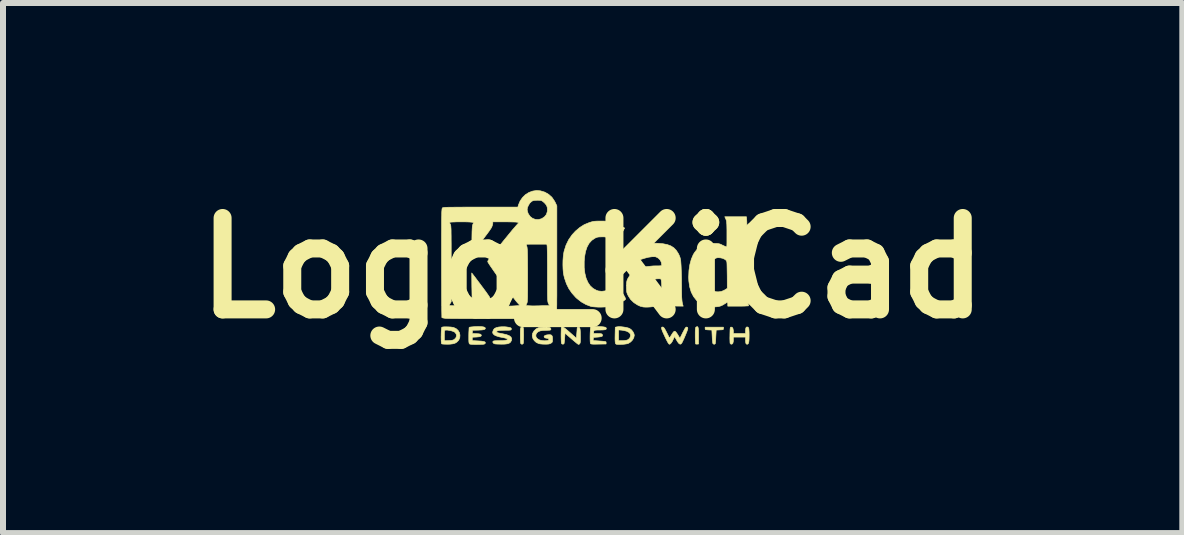
<source format=kicad_pcb>
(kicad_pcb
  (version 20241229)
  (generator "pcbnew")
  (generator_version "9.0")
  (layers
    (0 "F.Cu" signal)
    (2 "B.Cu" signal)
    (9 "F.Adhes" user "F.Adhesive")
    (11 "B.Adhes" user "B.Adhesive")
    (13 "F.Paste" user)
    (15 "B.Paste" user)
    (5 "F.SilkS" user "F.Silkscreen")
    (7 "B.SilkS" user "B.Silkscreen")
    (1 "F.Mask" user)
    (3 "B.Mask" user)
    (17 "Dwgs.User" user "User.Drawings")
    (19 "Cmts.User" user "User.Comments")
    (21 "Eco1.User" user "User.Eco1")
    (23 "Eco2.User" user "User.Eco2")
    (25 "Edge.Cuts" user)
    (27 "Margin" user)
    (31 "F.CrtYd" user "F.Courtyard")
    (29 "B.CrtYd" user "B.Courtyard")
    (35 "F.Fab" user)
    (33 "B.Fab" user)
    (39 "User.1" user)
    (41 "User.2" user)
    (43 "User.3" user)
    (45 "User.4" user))
  (footprint "Logo_KiCad"
    (layer "F.Cu")
    (at 6.829 1.418)
    (property "Reference" "Logo_KiCad" (at 0 0 0) (layer "F.SilkS") (effects (font (size 1.524 1.524) (thickness 0.3))))
    (attr exclude_from_pos_files exclude_from_bom)
    (fp_poly (pts (xy 1.749 0.978) (xy 1.756 0.987) (xy 1.761 1.007) (xy 1.764 1.038) (xy 1.765 1.083) (xy 1.765 1.128) (xy 1.765 1.266) (xy 1.744 1.268) (xy 1.725 1.268) (xy 1.716 1.265) (xy 1.714 1.255) (xy 1.712 1.231) (xy 1.711 1.196) (xy 1.71 1.153) (xy 1.71 1.125) (xy 1.71 1.074) (xy 1.711 1.038) (xy 1.713 1.013) (xy 1.715 0.997) (xy 1.719 0.988) (xy 1.725 0.983) (xy 1.726 0.983) (xy 1.739 0.977) (xy 1.749 0.978)) (stroke (width 0.01) (type solid)) (fill yes) (layer "F.SilkS"))
    (fp_poly (pts (xy -1.165 0.985) (xy -1.16 0.989) (xy -1.156 0.998) (xy -1.154 1.015) (xy -1.152 1.041) (xy -1.152 1.081) (xy -1.151 1.117) (xy -1.152 1.162) (xy -1.153 1.202) (xy -1.154 1.234) (xy -1.156 1.253) (xy -1.157 1.257) (xy -1.168 1.268) (xy -1.185 1.269) (xy -1.198 1.259) (xy -1.2 1.255) (xy -1.202 1.242) (xy -1.204 1.215) (xy -1.206 1.178) (xy -1.206 1.134) (xy -1.206 1.119) (xy -1.206 1.07) (xy -1.205 1.035) (xy -1.203 1.012) (xy -1.2 0.998) (xy -1.195 0.99) (xy -1.193 0.988) (xy -1.174 0.983) (xy -1.165 0.985)) (stroke (width 0.01) (type solid)) (fill yes) (layer "F.SilkS"))
    (fp_poly (pts (xy 2.18 1.008) (xy 2.179 1.019) (xy 2.174 1.025) (xy 2.161 1.029) (xy 2.136 1.03) (xy 2.12 1.031) (xy 2.059 1.034) (xy 2.053 1.141) (xy 2.051 1.183) (xy 2.049 1.219) (xy 2.046 1.245) (xy 2.045 1.259) (xy 2.044 1.259) (xy 2.034 1.269) (xy 2.019 1.269) (xy 2.005 1.26) (xy 2.003 1.255) (xy 2 1.241) (xy 1.997 1.214) (xy 1.994 1.178) (xy 1.992 1.137) (xy 1.987 1.034) (xy 1.931 1.031) (xy 1.901 1.029) (xy 1.885 1.027) (xy 1.877 1.021) (xy 1.875 1.011) (xy 1.875 1.008) (xy 1.875 0.986) (xy 2.18 0.986) (xy 2.18 1.008)) (stroke (width 0.01) (type solid)) (fill yes) (layer "F.SilkS"))
    (fp_poly (pts (xy 0.472 0.978) (xy 0.516 0.983) (xy 0.559 0.99) (xy 0.596 1) (xy 0.618 1.009) (xy 0.646 1.03) (xy 0.67 1.059) (xy 0.687 1.091) (xy 0.694 1.119) (xy 0.694 1.12) (xy 0.686 1.159) (xy 0.665 1.198) (xy 0.634 1.231) (xy 0.596 1.255) (xy 0.583 1.26) (xy 0.557 1.265) (xy 0.52 1.27) (xy 0.479 1.272) (xy 0.439 1.273) (xy 0.409 1.272) (xy 0.395 1.27) (xy 0.386 1.265) (xy 0.379 1.255) (xy 0.376 1.237) (xy 0.374 1.211) (xy 0.432 1.211) (xy 0.491 1.211) (xy 0.526 1.209) (xy 0.559 1.204) (xy 0.58 1.199) (xy 0.61 1.177) (xy 0.623 1.157) (xy 0.632 1.124) (xy 0.625 1.095) (xy 0.602 1.071) (xy 0.565 1.052) (xy 0.514 1.04) (xy 0.489 1.036) (xy 0.432 1.031) (xy 0.432 1.211) (xy 0.374 1.211) (xy 0.374 1.21) (xy 0.373 1.172) (xy 0.374 1.118) (xy 0.374 1.11) (xy 0.377 0.987) (xy 0.405 0.98) (xy 0.434 0.977) (xy 0.472 0.978)) (stroke (width 0.01) (type solid)) (fill yes) (layer "F.SilkS"))
    (fp_poly (pts (xy 2.586 0.984) (xy 2.595 0.991) (xy 2.602 1.005) (xy 2.605 1.03) (xy 2.607 1.066) (xy 2.608 1.117) (xy 2.608 1.12) (xy 2.607 1.175) (xy 2.605 1.216) (xy 2.6 1.243) (xy 2.594 1.26) (xy 2.584 1.268) (xy 2.574 1.27) (xy 2.561 1.266) (xy 2.553 1.253) (xy 2.549 1.228) (xy 2.548 1.197) (xy 2.548 1.151) (xy 2.345 1.151) (xy 2.345 1.194) (xy 2.344 1.223) (xy 2.339 1.246) (xy 2.337 1.254) (xy 2.322 1.268) (xy 2.306 1.269) (xy 2.293 1.258) (xy 2.29 1.251) (xy 2.289 1.236) (xy 2.288 1.207) (xy 2.287 1.169) (xy 2.288 1.125) (xy 2.288 1.109) (xy 2.289 1.061) (xy 2.29 1.028) (xy 2.292 1.006) (xy 2.295 0.993) (xy 2.299 0.987) (xy 2.306 0.984) (xy 2.309 0.984) (xy 2.327 0.989) (xy 2.339 1.009) (xy 2.345 1.043) (xy 2.345 1.059) (xy 2.345 1.092) (xy 2.548 1.092) (xy 2.548 1.051) (xy 2.55 1.015) (xy 2.556 0.993) (xy 2.566 0.983) (xy 2.573 0.982) (xy 2.586 0.984)) (stroke (width 0.01) (type solid)) (fill yes) (layer "F.SilkS"))
    (fp_poly (pts (xy 1.172 0.984) (xy 1.182 0.989) (xy 1.195 1.004) (xy 1.211 1.031) (xy 1.232 1.071) (xy 1.235 1.077) (xy 1.281 1.168) (xy 1.316 1.111) (xy 1.336 1.08) (xy 1.351 1.061) (xy 1.365 1.053) (xy 1.379 1.058) (xy 1.395 1.076) (xy 1.417 1.108) (xy 1.437 1.142) (xy 1.455 1.171) (xy 1.502 1.076) (xy 1.523 1.036) (xy 1.538 1.009) (xy 1.549 0.993) (xy 1.558 0.985) (xy 1.567 0.984) (xy 1.569 0.984) (xy 1.583 0.99) (xy 1.586 1.006) (xy 1.586 1.009) (xy 1.582 1.024) (xy 1.573 1.052) (xy 1.559 1.087) (xy 1.543 1.126) (xy 1.526 1.166) (xy 1.509 1.203) (xy 1.495 1.233) (xy 1.485 1.251) (xy 1.47 1.267) (xy 1.454 1.268) (xy 1.435 1.255) (xy 1.413 1.226) (xy 1.4 1.203) (xy 1.365 1.141) (xy 1.347 1.18) (xy 1.327 1.222) (xy 1.306 1.252) (xy 1.288 1.268) (xy 1.279 1.27) (xy 1.27 1.264) (xy 1.257 1.247) (xy 1.24 1.216) (xy 1.217 1.171) (xy 1.217 1.171) (xy 1.189 1.111) (xy 1.168 1.065) (xy 1.155 1.031) (xy 1.148 1.007) (xy 1.148 0.993) (xy 1.153 0.985) (xy 1.164 0.983) (xy 1.172 0.984)) (stroke (width 0.01) (type solid)) (fill yes) (layer "F.SilkS"))
    (fp_poly (pts (xy -2.404 0.981) (xy -2.366 0.983) (xy -2.333 0.988) (xy -2.318 0.991) (xy -2.276 1.01) (xy -2.243 1.04) (xy -2.221 1.077) (xy -2.212 1.118) (xy -2.215 1.16) (xy -2.232 1.2) (xy -2.242 1.212) (xy -2.266 1.236) (xy -2.295 1.253) (xy -2.331 1.263) (xy -2.379 1.269) (xy -2.423 1.27) (xy -2.468 1.269) (xy -2.5 1.267) (xy -2.517 1.263) (xy -2.519 1.261) (xy -2.522 1.247) (xy -2.524 1.221) (xy -2.525 1.186) (xy -2.526 1.146) (xy -2.525 1.127) (xy -2.472 1.127) (xy -2.472 1.212) (xy -2.401 1.209) (xy -2.361 1.207) (xy -2.334 1.202) (xy -2.315 1.195) (xy -2.306 1.189) (xy -2.28 1.162) (xy -2.27 1.131) (xy -2.275 1.1) (xy -2.295 1.073) (xy -2.303 1.067) (xy -2.325 1.056) (xy -2.356 1.046) (xy -2.391 1.039) (xy -2.424 1.034) (xy -2.45 1.034) (xy -2.458 1.036) (xy -2.465 1.041) (xy -2.469 1.052) (xy -2.471 1.073) (xy -2.472 1.106) (xy -2.472 1.127) (xy -2.525 1.127) (xy -2.525 1.103) (xy -2.524 1.063) (xy -2.521 1.027) (xy -2.519 1.001) (xy -2.516 0.988) (xy -2.515 0.988) (xy -2.502 0.983) (xy -2.476 0.98) (xy -2.442 0.98) (xy -2.404 0.981)) (stroke (width 0.01) (type solid)) (fill yes) (layer "F.SilkS"))
    (fp_poly (pts (xy -1.863 0.976) (xy -1.825 0.98) (xy -1.8 0.988) (xy -1.791 0.997) (xy -1.789 1.01) (xy -1.797 1.02) (xy -1.815 1.027) (xy -1.847 1.032) (xy -1.893 1.034) (xy -1.905 1.035) (xy -2.002 1.037) (xy -2.008 1.091) (xy -1.938 1.094) (xy -1.901 1.096) (xy -1.878 1.1) (xy -1.865 1.105) (xy -1.86 1.111) (xy -1.855 1.126) (xy -1.864 1.137) (xy -1.887 1.145) (xy -1.926 1.149) (xy -1.939 1.15) (xy -2.007 1.153) (xy -2.007 1.209) (xy -1.905 1.215) (xy -1.856 1.218) (xy -1.822 1.223) (xy -1.801 1.229) (xy -1.79 1.238) (xy -1.79 1.25) (xy -1.791 1.256) (xy -1.805 1.267) (xy -1.828 1.271) (xy -1.854 1.271) (xy -1.888 1.273) (xy -1.909 1.273) (xy -1.948 1.274) (xy -1.99 1.273) (xy -2.008 1.272) (xy -2.036 1.27) (xy -2.051 1.266) (xy -2.058 1.257) (xy -2.062 1.242) (xy -2.062 1.241) (xy -2.064 1.223) (xy -2.065 1.194) (xy -2.065 1.158) (xy -2.065 1.117) (xy -2.064 1.077) (xy -2.062 1.04) (xy -2.061 1.01) (xy -2.059 0.992) (xy -2.057 0.988) (xy -2.047 0.985) (xy -2.025 0.982) (xy -1.993 0.979) (xy -1.971 0.977) (xy -1.912 0.975) (xy -1.863 0.976)) (stroke (width 0.01) (type solid)) (fill yes) (layer "F.SilkS"))
    (fp_poly (pts (xy 0.125 0.976) (xy 0.165 0.979) (xy 0.182 0.981) (xy 0.209 0.986) (xy 0.223 0.994) (xy 0.227 1.002) (xy 0.227 1.015) (xy 0.219 1.024) (xy 0.2 1.029) (xy 0.17 1.032) (xy 0.126 1.033) (xy 0.081 1.033) (xy 0.05 1.035) (xy 0.031 1.039) (xy 0.021 1.047) (xy 0.017 1.058) (xy 0.017 1.068) (xy 0.017 1.092) (xy 0.084 1.092) (xy 0.119 1.093) (xy 0.141 1.095) (xy 0.154 1.1) (xy 0.16 1.107) (xy 0.165 1.124) (xy 0.159 1.136) (xy 0.139 1.144) (xy 0.105 1.149) (xy 0.083 1.151) (xy 0.013 1.156) (xy 0.008 1.208) (xy 0.116 1.216) (xy 0.16 1.219) (xy 0.191 1.222) (xy 0.209 1.225) (xy 0.22 1.229) (xy 0.224 1.235) (xy 0.224 1.243) (xy 0.224 1.245) (xy 0.224 1.266) (xy 0.096 1.268) (xy 0.046 1.269) (xy 0.011 1.269) (xy -0.013 1.267) (xy -0.027 1.265) (xy -0.034 1.261) (xy -0.037 1.257) (xy -0.04 1.241) (xy -0.042 1.213) (xy -0.043 1.176) (xy -0.043 1.134) (xy -0.042 1.092) (xy -0.04 1.052) (xy -0.038 1.018) (xy -0.035 0.994) (xy -0.032 0.984) (xy -0.019 0.979) (xy 0.007 0.976) (xy 0.042 0.975) (xy 0.083 0.974) (xy 0.125 0.976)) (stroke (width 0.01) (type solid)) (fill yes) (layer "F.SilkS"))
    (fp_poly (pts (xy -0.726 0.989) (xy -0.703 0.999) (xy -0.696 1.016) (xy -0.696 1.019) (xy -0.698 1.028) (xy -0.705 1.033) (xy -0.719 1.036) (xy -0.744 1.037) (xy -0.775 1.038) (xy -0.833 1.04) (xy -0.877 1.048) (xy -0.909 1.062) (xy -0.931 1.081) (xy -0.947 1.112) (xy -0.946 1.142) (xy -0.93 1.17) (xy -0.899 1.193) (xy -0.898 1.194) (xy -0.872 1.203) (xy -0.839 1.209) (xy -0.805 1.212) (xy -0.772 1.211) (xy -0.747 1.207) (xy -0.732 1.199) (xy -0.731 1.197) (xy -0.732 1.182) (xy -0.748 1.172) (xy -0.772 1.169) (xy -0.793 1.164) (xy -0.805 1.155) (xy -0.81 1.14) (xy -0.799 1.127) (xy -0.775 1.117) (xy -0.744 1.112) (xy -0.709 1.111) (xy -0.687 1.118) (xy -0.674 1.135) (xy -0.669 1.166) (xy -0.669 1.186) (xy -0.67 1.215) (xy -0.673 1.232) (xy -0.681 1.243) (xy -0.696 1.253) (xy -0.715 1.262) (xy -0.737 1.267) (xy -0.768 1.269) (xy -0.796 1.269) (xy -0.833 1.268) (xy -0.867 1.265) (xy -0.893 1.261) (xy -0.896 1.26) (xy -0.939 1.241) (xy -0.973 1.21) (xy -0.997 1.173) (xy -1.007 1.131) (xy -1.007 1.124) (xy -1 1.086) (xy -0.978 1.049) (xy -0.947 1.018) (xy -0.931 1.008) (xy -0.906 0.996) (xy -0.879 0.989) (xy -0.843 0.985) (xy -0.819 0.984) (xy -0.765 0.983) (xy -0.726 0.989)) (stroke (width 0.01) (type solid)) (fill yes) (layer "F.SilkS"))
    (fp_poly (pts (xy -0.494 0.984) (xy -0.477 0.994) (xy -0.454 1.011) (xy -0.422 1.037) (xy -0.382 1.072) (xy -0.33 1.118) (xy -0.323 1.124) (xy -0.272 1.169) (xy -0.267 1.116) (xy -0.264 1.08) (xy -0.261 1.044) (xy -0.26 1.024) (xy -0.258 1.001) (xy -0.253 0.99) (xy -0.242 0.986) (xy -0.237 0.986) (xy -0.226 0.988) (xy -0.218 0.995) (xy -0.212 1.009) (xy -0.208 1.033) (xy -0.206 1.068) (xy -0.205 1.116) (xy -0.204 1.144) (xy -0.204 1.189) (xy -0.205 1.22) (xy -0.207 1.241) (xy -0.211 1.254) (xy -0.217 1.262) (xy -0.219 1.265) (xy -0.229 1.272) (xy -0.239 1.272) (xy -0.253 1.263) (xy -0.268 1.251) (xy -0.291 1.232) (xy -0.322 1.206) (xy -0.356 1.177) (xy -0.39 1.147) (xy -0.42 1.121) (xy -0.442 1.101) (xy -0.444 1.099) (xy -0.452 1.092) (xy -0.457 1.091) (xy -0.461 1.098) (xy -0.463 1.116) (xy -0.465 1.148) (xy -0.467 1.167) (xy -0.469 1.204) (xy -0.473 1.234) (xy -0.476 1.255) (xy -0.478 1.261) (xy -0.491 1.269) (xy -0.508 1.267) (xy -0.52 1.256) (xy -0.52 1.256) (xy -0.522 1.242) (xy -0.524 1.216) (xy -0.525 1.18) (xy -0.526 1.14) (xy -0.526 1.098) (xy -0.525 1.058) (xy -0.524 1.025) (xy -0.523 1.001) (xy -0.521 0.99) (xy -0.515 0.984) (xy -0.506 0.981) (xy -0.494 0.984)) (stroke (width 0.01) (type solid)) (fill yes) (layer "F.SilkS"))
    (fp_poly (pts (xy -1.465 0.979) (xy -1.434 0.982) (xy -1.396 0.988) (xy -1.371 0.994) (xy -1.359 1.002) (xy -1.355 1.013) (xy -1.356 1.021) (xy -1.359 1.028) (xy -1.366 1.033) (xy -1.38 1.035) (xy -1.404 1.037) (xy -1.442 1.037) (xy -1.461 1.037) (xy -1.515 1.038) (xy -1.554 1.041) (xy -1.58 1.045) (xy -1.595 1.052) (xy -1.6 1.061) (xy -1.6 1.063) (xy -1.599 1.069) (xy -1.595 1.073) (xy -1.584 1.078) (xy -1.564 1.083) (xy -1.533 1.089) (xy -1.493 1.097) (xy -1.433 1.111) (xy -1.389 1.129) (xy -1.362 1.15) (xy -1.35 1.176) (xy -1.353 1.205) (xy -1.358 1.216) (xy -1.372 1.238) (xy -1.393 1.253) (xy -1.424 1.263) (xy -1.466 1.268) (xy -1.521 1.269) (xy -1.561 1.268) (xy -1.595 1.267) (xy -1.621 1.265) (xy -1.631 1.264) (xy -1.653 1.254) (xy -1.664 1.238) (xy -1.663 1.225) (xy -1.658 1.219) (xy -1.648 1.215) (xy -1.629 1.212) (xy -1.599 1.211) (xy -1.555 1.21) (xy -1.501 1.209) (xy -1.459 1.205) (xy -1.431 1.199) (xy -1.417 1.191) (xy -1.418 1.183) (xy -1.434 1.174) (xy -1.467 1.165) (xy -1.49 1.16) (xy -1.552 1.148) (xy -1.599 1.134) (xy -1.632 1.12) (xy -1.651 1.105) (xy -1.664 1.088) (xy -1.667 1.072) (xy -1.663 1.053) (xy -1.652 1.027) (xy -1.635 1.007) (xy -1.634 1.006) (xy -1.606 0.993) (xy -1.566 0.983) (xy -1.517 0.979) (xy -1.465 0.979)) (stroke (width 0.01) (type solid)) (fill yes) (layer "F.SilkS"))
    (fp_poly (pts (xy 0.183 -0.783) (xy 0.219 -0.781) (xy 0.248 -0.778) (xy 0.274 -0.773) (xy 0.302 -0.764) (xy 0.326 -0.756) (xy 0.37 -0.74) (xy 0.418 -0.721) (xy 0.46 -0.702) (xy 0.468 -0.698) (xy 0.533 -0.667) (xy 0.513 -0.631) (xy 0.496 -0.603) (xy 0.475 -0.569) (xy 0.452 -0.534) (xy 0.429 -0.5) (xy 0.409 -0.47) (xy 0.393 -0.449) (xy 0.385 -0.44) (xy 0.374 -0.436) (xy 0.361 -0.441) (xy 0.348 -0.451) (xy 0.326 -0.467) (xy 0.296 -0.485) (xy 0.273 -0.497) (xy 0.246 -0.509) (xy 0.221 -0.516) (xy 0.193 -0.52) (xy 0.155 -0.52) (xy 0.152 -0.52) (xy 0.113 -0.519) (xy 0.084 -0.516) (xy 0.06 -0.508) (xy 0.038 -0.498) (xy -0.016 -0.461) (xy -0.06 -0.412) (xy -0.094 -0.35) (xy -0.119 -0.275) (xy -0.135 -0.186) (xy -0.141 -0.11) (xy -0.141 -0.007) (xy -0.13 0.086) (xy -0.11 0.168) (xy -0.08 0.238) (xy -0.041 0.296) (xy 0.007 0.34) (xy 0.063 0.371) (xy 0.096 0.382) (xy 0.152 0.388) (xy 0.213 0.38) (xy 0.275 0.361) (xy 0.332 0.331) (xy 0.371 0.301) (xy 0.405 0.271) (xy 0.481 0.391) (xy 0.509 0.436) (xy 0.528 0.469) (xy 0.541 0.493) (xy 0.547 0.508) (xy 0.548 0.518) (xy 0.545 0.525) (xy 0.545 0.525) (xy 0.53 0.537) (xy 0.502 0.553) (xy 0.465 0.572) (xy 0.424 0.591) (xy 0.381 0.609) (xy 0.341 0.624) (xy 0.307 0.635) (xy 0.292 0.639) (xy 0.253 0.645) (xy 0.203 0.649) (xy 0.148 0.651) (xy 0.092 0.651) (xy 0.04 0.648) (xy -0.004 0.644) (xy -0.03 0.639) (xy -0.11 0.609) (xy -0.188 0.565) (xy -0.26 0.509) (xy -0.284 0.487) (xy -0.346 0.417) (xy -0.397 0.343) (xy -0.437 0.262) (xy -0.469 0.169) (xy -0.48 0.125) (xy -0.489 0.075) (xy -0.494 0.014) (xy -0.496 -0.054) (xy -0.495 -0.124) (xy -0.49 -0.191) (xy -0.482 -0.25) (xy -0.476 -0.281) (xy -0.444 -0.382) (xy -0.4 -0.472) (xy -0.343 -0.554) (xy -0.287 -0.615) (xy -0.215 -0.676) (xy -0.141 -0.723) (xy -0.059 -0.757) (xy -0.053 -0.759) (xy -0.021 -0.769) (xy 0.007 -0.776) (xy 0.035 -0.78) (xy 0.067 -0.782) (xy 0.109 -0.783) (xy 0.135 -0.783) (xy 0.183 -0.783)) (stroke (width 0.01) (type solid)) (fill yes) (layer "F.SilkS"))
    (fp_poly (pts (xy 1.074 -0.413) (xy 1.088 -0.412) (xy 1.173 -0.405) (xy 1.244 -0.391) (xy 1.303 -0.369) (xy 1.352 -0.338) (xy 1.392 -0.297) (xy 1.426 -0.245) (xy 1.437 -0.224) (xy 1.449 -0.197) (xy 1.457 -0.174) (xy 1.463 -0.149) (xy 1.468 -0.119) (xy 1.471 -0.078) (xy 1.473 -0.05) (xy 1.475 -0.01) (xy 1.477 0.044) (xy 1.479 0.107) (xy 1.481 0.175) (xy 1.481 0.245) (xy 1.482 0.296) (xy 1.482 0.372) (xy 1.483 0.434) (xy 1.484 0.483) (xy 1.487 0.522) (xy 1.49 0.554) (xy 1.494 0.58) (xy 1.499 0.603) (xy 1.503 0.616) (xy 1.509 0.635) (xy 1.337 0.633) (xy 1.164 0.631) (xy 1.162 0.6) (xy 1.159 0.569) (xy 1.111 0.598) (xy 1.078 0.616) (xy 1.043 0.632) (xy 1.021 0.64) (xy 0.992 0.645) (xy 0.956 0.649) (xy 0.916 0.651) (xy 0.877 0.651) (xy 0.844 0.649) (xy 0.822 0.644) (xy 0.819 0.643) (xy 0.807 0.638) (xy 0.804 0.639) (xy 0.797 0.638) (xy 0.779 0.63) (xy 0.754 0.618) (xy 0.752 0.618) (xy 0.687 0.576) (xy 0.633 0.524) (xy 0.593 0.463) (xy 0.591 0.458) (xy 0.578 0.431) (xy 0.57 0.409) (xy 0.566 0.385) (xy 0.564 0.356) (xy 0.563 0.315) (xy 0.563 0.313) (xy 0.563 0.294) (xy 0.875 0.294) (xy 0.877 0.334) (xy 0.893 0.369) (xy 0.919 0.396) (xy 0.955 0.414) (xy 0.995 0.422) (xy 1.039 0.418) (xy 1.071 0.407) (xy 1.099 0.391) (xy 1.125 0.369) (xy 1.129 0.366) (xy 1.141 0.352) (xy 1.148 0.34) (xy 1.151 0.323) (xy 1.151 0.299) (xy 1.15 0.269) (xy 1.147 0.235) (xy 1.144 0.207) (xy 1.14 0.189) (xy 1.139 0.187) (xy 1.132 0.181) (xy 1.116 0.179) (xy 1.088 0.179) (xy 1.06 0.181) (xy 0.993 0.191) (xy 0.941 0.209) (xy 0.904 0.235) (xy 0.881 0.269) (xy 0.875 0.294) (xy 0.563 0.294) (xy 0.564 0.271) (xy 0.566 0.241) (xy 0.57 0.217) (xy 0.577 0.195) (xy 0.586 0.176) (xy 0.623 0.116) (xy 0.674 0.066) (xy 0.738 0.025) (xy 0.815 -0.005) (xy 0.905 -0.025) (xy 1.007 -0.035) (xy 1.052 -0.036) (xy 1.094 -0.036) (xy 1.122 -0.037) (xy 1.139 -0.039) (xy 1.148 -0.042) (xy 1.151 -0.048) (xy 1.151 -0.055) (xy 1.144 -0.097) (xy 1.124 -0.135) (xy 1.093 -0.166) (xy 1.057 -0.185) (xy 1.04 -0.189) (xy 0.991 -0.189) (xy 0.928 -0.18) (xy 0.852 -0.16) (xy 0.839 -0.155) (xy 0.805 -0.145) (xy 0.784 -0.139) (xy 0.771 -0.138) (xy 0.764 -0.142) (xy 0.759 -0.149) (xy 0.751 -0.165) (xy 0.739 -0.192) (xy 0.724 -0.224) (xy 0.71 -0.259) (xy 0.696 -0.292) (xy 0.685 -0.32) (xy 0.679 -0.338) (xy 0.677 -0.343) (xy 0.685 -0.349) (xy 0.705 -0.356) (xy 0.73 -0.362) (xy 0.761 -0.368) (xy 0.802 -0.376) (xy 0.847 -0.386) (xy 0.881 -0.394) (xy 0.924 -0.404) (xy 0.96 -0.41) (xy 0.992 -0.413) (xy 1.029 -0.414) (xy 1.074 -0.413)) (stroke (width 0.01) (type solid)) (fill yes) (layer "F.SilkS"))
    (fp_poly (pts (xy 2.568 -0.798) (xy 2.569 -0.78) (xy 2.57 -0.747) (xy 2.571 -0.7) (xy 2.572 -0.64) (xy 2.572 -0.57) (xy 2.573 -0.489) (xy 2.573 -0.401) (xy 2.574 -0.306) (xy 2.574 -0.205) (xy 2.574 -0.101) (xy 2.574 -0.101) (xy 2.574 0.021) (xy 2.574 0.128) (xy 2.574 0.22) (xy 2.575 0.298) (xy 2.575 0.364) (xy 2.576 0.419) (xy 2.577 0.464) (xy 2.578 0.499) (xy 2.579 0.527) (xy 2.581 0.549) (xy 2.583 0.565) (xy 2.585 0.576) (xy 2.586 0.581) (xy 2.594 0.606) (xy 2.598 0.624) (xy 2.599 0.629) (xy 2.591 0.631) (xy 2.569 0.632) (xy 2.534 0.634) (xy 2.491 0.635) (xy 2.44 0.635) (xy 2.426 0.635) (xy 2.252 0.635) (xy 2.252 0.601) (xy 2.251 0.58) (xy 2.249 0.568) (xy 2.248 0.567) (xy 2.24 0.572) (xy 2.222 0.583) (xy 2.208 0.592) (xy 2.171 0.615) (xy 2.137 0.631) (xy 2.102 0.641) (xy 2.059 0.646) (xy 2.011 0.649) (xy 1.968 0.65) (xy 1.937 0.65) (xy 1.914 0.647) (xy 1.892 0.641) (xy 1.87 0.632) (xy 1.795 0.592) (xy 1.733 0.54) (xy 1.682 0.476) (xy 1.643 0.401) (xy 1.617 0.314) (xy 1.603 0.217) (xy 1.6 0.151) (xy 1.601 0.135) (xy 1.943 0.135) (xy 1.943 0.185) (xy 1.944 0.221) (xy 1.947 0.248) (xy 1.951 0.269) (xy 1.957 0.287) (xy 1.963 0.3) (xy 1.988 0.345) (xy 2.015 0.377) (xy 2.036 0.39) (xy 2.067 0.396) (xy 2.105 0.396) (xy 2.144 0.39) (xy 2.158 0.385) (xy 2.187 0.373) (xy 2.214 0.358) (xy 2.219 0.355) (xy 2.244 0.338) (xy 2.243 0.129) (xy 2.242 0.069) (xy 2.241 0.014) (xy 2.24 -0.033) (xy 2.239 -0.071) (xy 2.237 -0.097) (xy 2.236 -0.106) (xy 2.224 -0.129) (xy 2.198 -0.148) (xy 2.164 -0.163) (xy 2.125 -0.171) (xy 2.086 -0.173) (xy 2.062 -0.168) (xy 2.025 -0.151) (xy 1.996 -0.121) (xy 1.972 -0.076) (xy 1.962 -0.048) (xy 1.954 -0.02) (xy 1.949 0.007) (xy 1.945 0.038) (xy 1.944 0.076) (xy 1.943 0.126) (xy 1.943 0.135) (xy 1.601 0.135) (xy 1.605 0.042) (xy 1.62 -0.058) (xy 1.644 -0.147) (xy 1.677 -0.224) (xy 1.697 -0.257) (xy 1.736 -0.307) (xy 1.779 -0.346) (xy 1.832 -0.378) (xy 1.845 -0.384) (xy 1.87 -0.396) (xy 1.891 -0.403) (xy 1.912 -0.408) (xy 1.939 -0.41) (xy 1.975 -0.411) (xy 2.003 -0.411) (xy 2.046 -0.41) (xy 2.078 -0.409) (xy 2.101 -0.406) (xy 2.121 -0.401) (xy 2.143 -0.392) (xy 2.168 -0.379) (xy 2.197 -0.366) (xy 2.22 -0.356) (xy 2.234 -0.352) (xy 2.235 -0.353) (xy 2.236 -0.362) (xy 2.237 -0.386) (xy 2.238 -0.422) (xy 2.238 -0.468) (xy 2.238 -0.522) (xy 2.238 -0.567) (xy 2.238 -0.633) (xy 2.237 -0.684) (xy 2.236 -0.723) (xy 2.234 -0.752) (xy 2.232 -0.774) (xy 2.229 -0.791) (xy 2.224 -0.805) (xy 2.22 -0.816) (xy 2.202 -0.855) (xy 2.563 -0.855) (xy 2.568 -0.798)) (stroke (width 0.01) (type solid)) (fill yes) (layer "F.SilkS"))
    (fp_poly (pts (xy -0.87 -1.287) (xy -0.797 -1.265) (xy -0.733 -1.228) (xy -0.678 -1.178) (xy -0.635 -1.115) (xy -0.624 -1.094) (xy -0.597 -1.037) (xy -0.597 -0.112) (xy -0.597 0.033) (xy -0.597 0.162) (xy -0.597 0.276) (xy -0.597 0.376) (xy -0.597 0.463) (xy -0.598 0.538) (xy -0.598 0.602) (xy -0.599 0.655) (xy -0.599 0.699) (xy -0.6 0.734) (xy -0.601 0.762) (xy -0.602 0.784) (xy -0.604 0.8) (xy -0.605 0.811) (xy -0.607 0.819) (xy -0.609 0.824) (xy -0.612 0.827) (xy -0.612 0.827) (xy -0.615 0.83) (xy -0.62 0.832) (xy -0.627 0.834) (xy -0.638 0.835) (xy -0.654 0.837) (xy -0.675 0.838) (xy -0.703 0.839) (xy -0.738 0.84) (xy -0.782 0.841) (xy -0.835 0.841) (xy -0.899 0.842) (xy -0.974 0.842) (xy -1.061 0.843) (xy -1.161 0.843) (xy -1.276 0.843) (xy -1.406 0.844) (xy -1.518 0.844) (xy -1.64 0.844) (xy -1.759 0.844) (xy -1.872 0.844) (xy -1.979 0.843) (xy -2.078 0.843) (xy -2.168 0.843) (xy -2.248 0.842) (xy -2.318 0.841) (xy -2.374 0.841) (xy -2.418 0.84) (xy -2.446 0.839) (xy -2.458 0.838) (xy -2.485 0.834) (xy -2.506 0.829) (xy -2.513 0.826) (xy -2.514 0.817) (xy -2.514 0.792) (xy -2.515 0.752) (xy -2.516 0.699) (xy -2.516 0.633) (xy -2.517 0.626) (xy -2.395 0.626) (xy -2.317 0.628) (xy -2.256 0.63) (xy -2.185 0.63) (xy -2.102 0.629) (xy -2.026 0.628) (xy -1.974 0.627) (xy -1.992 0.586) (xy -1.998 0.573) (xy -2.002 0.56) (xy -2.006 0.544) (xy -2.008 0.523) (xy -2.01 0.495) (xy -2.011 0.458) (xy -2.012 0.409) (xy -2.013 0.347) (xy -2.014 0.314) (xy -2.016 0.082) (xy -1.996 0.107) (xy -1.985 0.122) (xy -1.965 0.147) (xy -1.94 0.181) (xy -1.911 0.22) (xy -1.888 0.25) (xy -1.857 0.292) (xy -1.826 0.333) (xy -1.799 0.37) (xy -1.778 0.398) (xy -1.769 0.411) (xy -1.725 0.474) (xy -1.696 0.529) (xy -1.68 0.576) (xy -1.679 0.586) (xy -1.675 0.61) (xy -1.669 0.622) (xy -1.659 0.626) (xy -1.652 0.627) (xy -1.635 0.627) (xy -1.606 0.628) (xy -1.567 0.63) (xy -1.524 0.632) (xy -1.52 0.632) (xy -1.465 0.634) (xy -1.405 0.634) (xy -1.347 0.633) (xy -1.31 0.631) (xy -1.227 0.626) (xy -1.115 0.626) (xy -1.051 0.629) (xy -1.012 0.631) (xy -0.965 0.631) (xy -0.917 0.63) (xy -0.902 0.63) (xy -0.859 0.628) (xy -0.816 0.627) (xy -0.78 0.627) (xy -0.768 0.627) (xy -0.719 0.627) (xy -0.736 0.593) (xy -0.74 0.585) (xy -0.743 0.576) (xy -0.746 0.565) (xy -0.748 0.551) (xy -0.75 0.531) (xy -0.751 0.504) (xy -0.752 0.47) (xy -0.753 0.426) (xy -0.753 0.371) (xy -0.753 0.304) (xy -0.754 0.223) (xy -0.754 0.126) (xy -0.754 0.113) (xy -0.754 0.026) (xy -0.754 -0.056) (xy -0.755 -0.132) (xy -0.755 -0.201) (xy -0.756 -0.26) (xy -0.757 -0.307) (xy -0.758 -0.342) (xy -0.759 -0.363) (xy -0.759 -0.366) (xy -0.764 -0.398) (xy -0.937 -0.398) (xy -0.989 -0.398) (xy -1.034 -0.398) (xy -1.071 -0.397) (xy -1.097 -0.397) (xy -1.109 -0.396) (xy -1.109 -0.396) (xy -1.106 -0.387) (xy -1.1 -0.369) (xy -1.097 -0.36) (xy -1.094 -0.349) (xy -1.092 -0.334) (xy -1.09 -0.313) (xy -1.088 -0.284) (xy -1.087 -0.246) (xy -1.086 -0.198) (xy -1.085 -0.138) (xy -1.085 -0.066) (xy -1.084 0.021) (xy -1.084 0.119) (xy -1.084 0.217) (xy -1.084 0.3) (xy -1.084 0.369) (xy -1.085 0.426) (xy -1.085 0.471) (xy -1.086 0.507) (xy -1.088 0.534) (xy -1.089 0.554) (xy -1.091 0.569) (xy -1.094 0.58) (xy -1.097 0.589) (xy -1.1 0.595) (xy -1.115 0.626) (xy -1.227 0.626) (xy -1.211 0.625) (xy -1.258 0.573) (xy -1.276 0.552) (xy -1.301 0.52) (xy -1.333 0.478) (xy -1.37 0.429) (xy -1.411 0.375) (xy -1.454 0.316) (xy -1.499 0.255) (xy -1.544 0.194) (xy -1.587 0.134) (xy -1.628 0.077) (xy -1.664 0.025) (xy -1.696 -0.021) (xy -1.721 -0.058) (xy -1.738 -0.085) (xy -1.746 -0.098) (xy -1.749 -0.107) (xy -1.747 -0.118) (xy -1.739 -0.132) (xy -1.725 -0.153) (xy -1.703 -0.183) (xy -1.675 -0.218) (xy -1.605 -0.305) (xy -1.539 -0.388) (xy -1.478 -0.464) (xy -1.422 -0.532) (xy -1.374 -0.591) (xy -1.333 -0.641) (xy -1.3 -0.678) (xy -1.286 -0.695) (xy -1.228 -0.76) (xy -1.267 -0.765) (xy -1.287 -0.767) (xy -1.321 -0.768) (xy -1.366 -0.769) (xy -1.418 -0.77) (xy -1.473 -0.77) (xy -1.485 -0.77) (xy -1.665 -0.77) (xy -1.665 -0.741) (xy -1.67 -0.717) (xy -1.681 -0.687) (xy -1.689 -0.671) (xy -1.702 -0.651) (xy -1.723 -0.62) (xy -1.751 -0.581) (xy -1.785 -0.536) (xy -1.821 -0.489) (xy -1.857 -0.441) (xy -1.893 -0.396) (xy -1.926 -0.356) (xy -1.952 -0.326) (xy -1.974 -0.3) (xy -1.992 -0.278) (xy -2.004 -0.264) (xy -2.005 -0.263) (xy -2.008 -0.262) (xy -2.01 -0.268) (xy -2.012 -0.283) (xy -2.013 -0.309) (xy -2.014 -0.346) (xy -2.014 -0.398) (xy -2.013 -0.464) (xy -2.013 -0.474) (xy -2.012 -0.545) (xy -2.011 -0.601) (xy -2.009 -0.644) (xy -2.007 -0.676) (xy -2.005 -0.699) (xy -2.001 -0.716) (xy -1.997 -0.729) (xy -1.997 -0.729) (xy -1.983 -0.76) (xy -2.021 -0.765) (xy -2.045 -0.767) (xy -2.081 -0.769) (xy -2.124 -0.77) (xy -2.171 -0.77) (xy -2.22 -0.77) (xy -2.268 -0.77) (xy -2.311 -0.768) (xy -2.345 -0.767) (xy -2.369 -0.765) (xy -2.378 -0.763) (xy -2.384 -0.755) (xy -2.38 -0.743) (xy -2.374 -0.732) (xy -2.371 -0.727) (xy -2.368 -0.72) (xy -2.366 -0.711) (xy -2.364 -0.698) (xy -2.363 -0.68) (xy -2.361 -0.656) (xy -2.36 -0.625) (xy -2.36 -0.585) (xy -2.359 -0.535) (xy -2.359 -0.475) (xy -2.358 -0.403) (xy -2.358 -0.318) (xy -2.358 -0.218) (xy -2.358 -0.103) (xy -2.358 -0.072) (xy -2.358 0.563) (xy -2.377 0.594) (xy -2.395 0.626) (xy -2.517 0.626) (xy -2.517 0.556) (xy -2.518 0.468) (xy -2.518 0.372) (xy -2.518 0.267) (xy -2.519 0.155) (xy -2.519 0.038) (xy -2.519 -0.085) (xy -2.519 -0.086) (xy -2.519 -0.229) (xy -2.519 -0.357) (xy -2.519 -0.469) (xy -2.519 -0.568) (xy -2.518 -0.653) (xy -2.518 -0.726) (xy -2.518 -0.788) (xy -2.517 -0.84) (xy -2.516 -0.882) (xy -2.516 -0.916) (xy -2.515 -0.943) (xy -2.513 -0.964) (xy -2.512 -0.974) (xy -1.092 -0.974) (xy -1.088 -0.948) (xy -1.078 -0.917) (xy -1.071 -0.901) (xy -1.041 -0.858) (xy -1.001 -0.828) (xy -0.955 -0.811) (xy -0.906 -0.808) (xy -0.856 -0.821) (xy -0.845 -0.826) (xy -0.801 -0.856) (xy -0.771 -0.894) (xy -0.756 -0.942) (xy -0.754 -0.976) (xy -0.758 -1.017) (xy -0.774 -1.052) (xy -0.803 -1.086) (xy -0.824 -1.104) (xy -0.842 -1.118) (xy -0.859 -1.125) (xy -0.879 -1.129) (xy -0.909 -1.13) (xy -0.922 -1.13) (xy -0.958 -1.129) (xy -0.983 -1.126) (xy -1.003 -1.119) (xy -1.019 -1.109) (xy -1.047 -1.083) (xy -1.07 -1.046) (xy -1.087 -1.007) (xy -1.092 -0.974) (xy -2.512 -0.974) (xy -2.512 -0.978) (xy -2.51 -0.989) (xy -2.508 -0.996) (xy -2.506 -1) (xy -2.504 -1.003) (xy -2.502 -1.004) (xy -2.497 -1.006) (xy -2.487 -1.008) (xy -2.472 -1.01) (xy -2.449 -1.012) (xy -2.419 -1.013) (xy -2.38 -1.014) (xy -2.33 -1.014) (xy -2.27 -1.015) (xy -2.197 -1.015) (xy -2.111 -1.016) (xy -2.01 -1.016) (xy -1.894 -1.016) (xy -1.867 -1.016) (xy -1.247 -1.016) (xy -1.237 -1.052) (xy -1.209 -1.118) (xy -1.169 -1.176) (xy -1.12 -1.224) (xy -1.062 -1.26) (xy -0.999 -1.283) (xy -0.932 -1.293) (xy -0.87 -1.287)) (stroke (width 0.01) (type solid)) (fill yes) (layer "F.SilkS")))
  (gr_rect
    (start -3 -3)
    (end 16.658 5.836)
    (stroke (width 0.1) (type default))
    (fill no)
    (layer "Edge.Cuts")))
</source>
